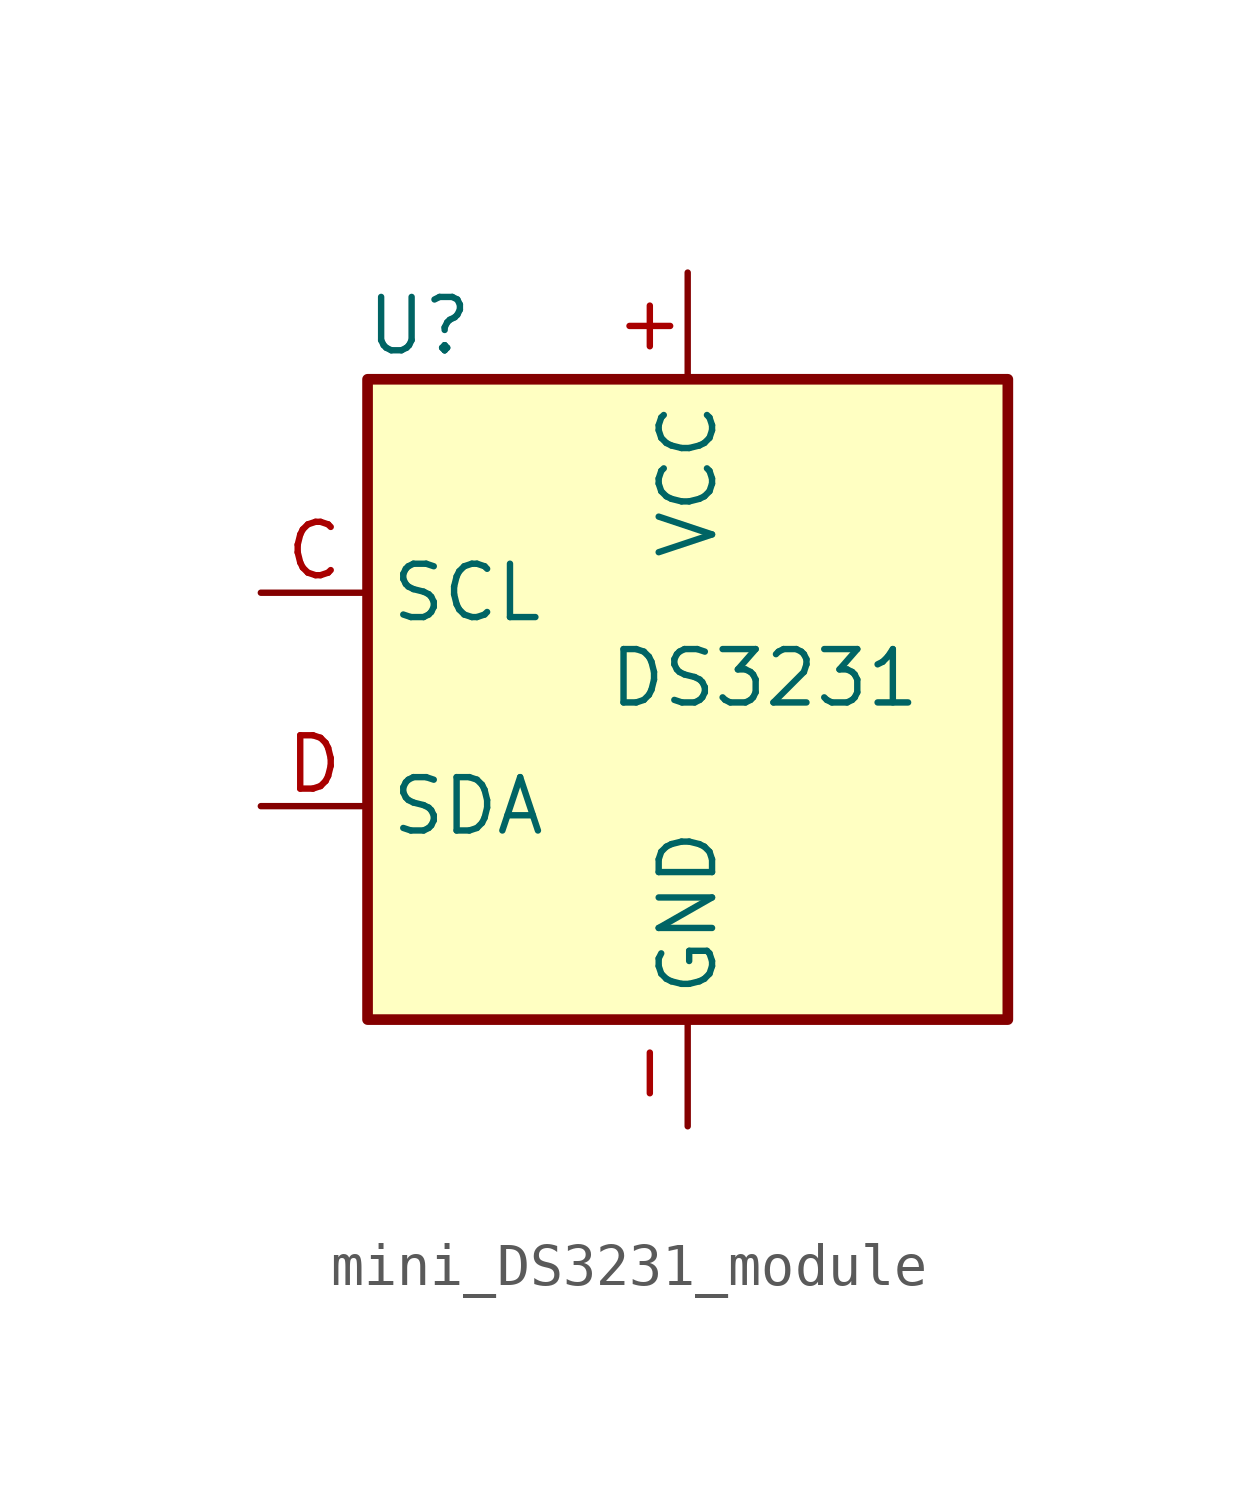
<source format=kicad_sym>
(kicad_symbol_lib
  (version 20231120)
  (generator "kicad_symbol_editor")
  (generator_version "8.0")
  (symbol "mini_DS3231_module"
    (property "Reference" "U"
      (at -5.08 8.89 0)
      (effects (font (size 1.27 1.27)) (justify right)))
    (property "Value" "DS3231"
      (at 5.588 0.508 0)
      (effects (font (size 1.27 1.27)) (justify right)))
    (symbol "mini_DS3231_module_0_1"
      (rectangle (start -7.62 7.62) (end 7.62 -7.62) (stroke (width 0.254) (type default)) (fill (type background))))
    (symbol "mini_DS3231_module_1_1"
      (pin power_in line (at 0 10.16 270) (length 2.54) (name "VCC" (effects (font (size 1.27 1.27)))) (number "+" (effects (font (size 1.27 1.27)))))
      (pin power_in line (at 0 -10.16 90) (length 2.54) (name "GND" (effects (font (size 1.27 1.27)))) (number "-" (effects (font (size 1.27 1.27)))))
      (pin input line (at -10.16 2.54 0) (length 2.54) (name "SCL" (effects (font (size 1.27 1.27)))) (number "C" (effects (font (size 1.27 1.27)))))
      (pin bidirectional line (at -10.16 -2.54 0) (length 2.54) (name "SDA" (effects (font (size 1.27 1.27)))) (number "D" (effects (font (size 1.27 1.27))))))))
</source>
